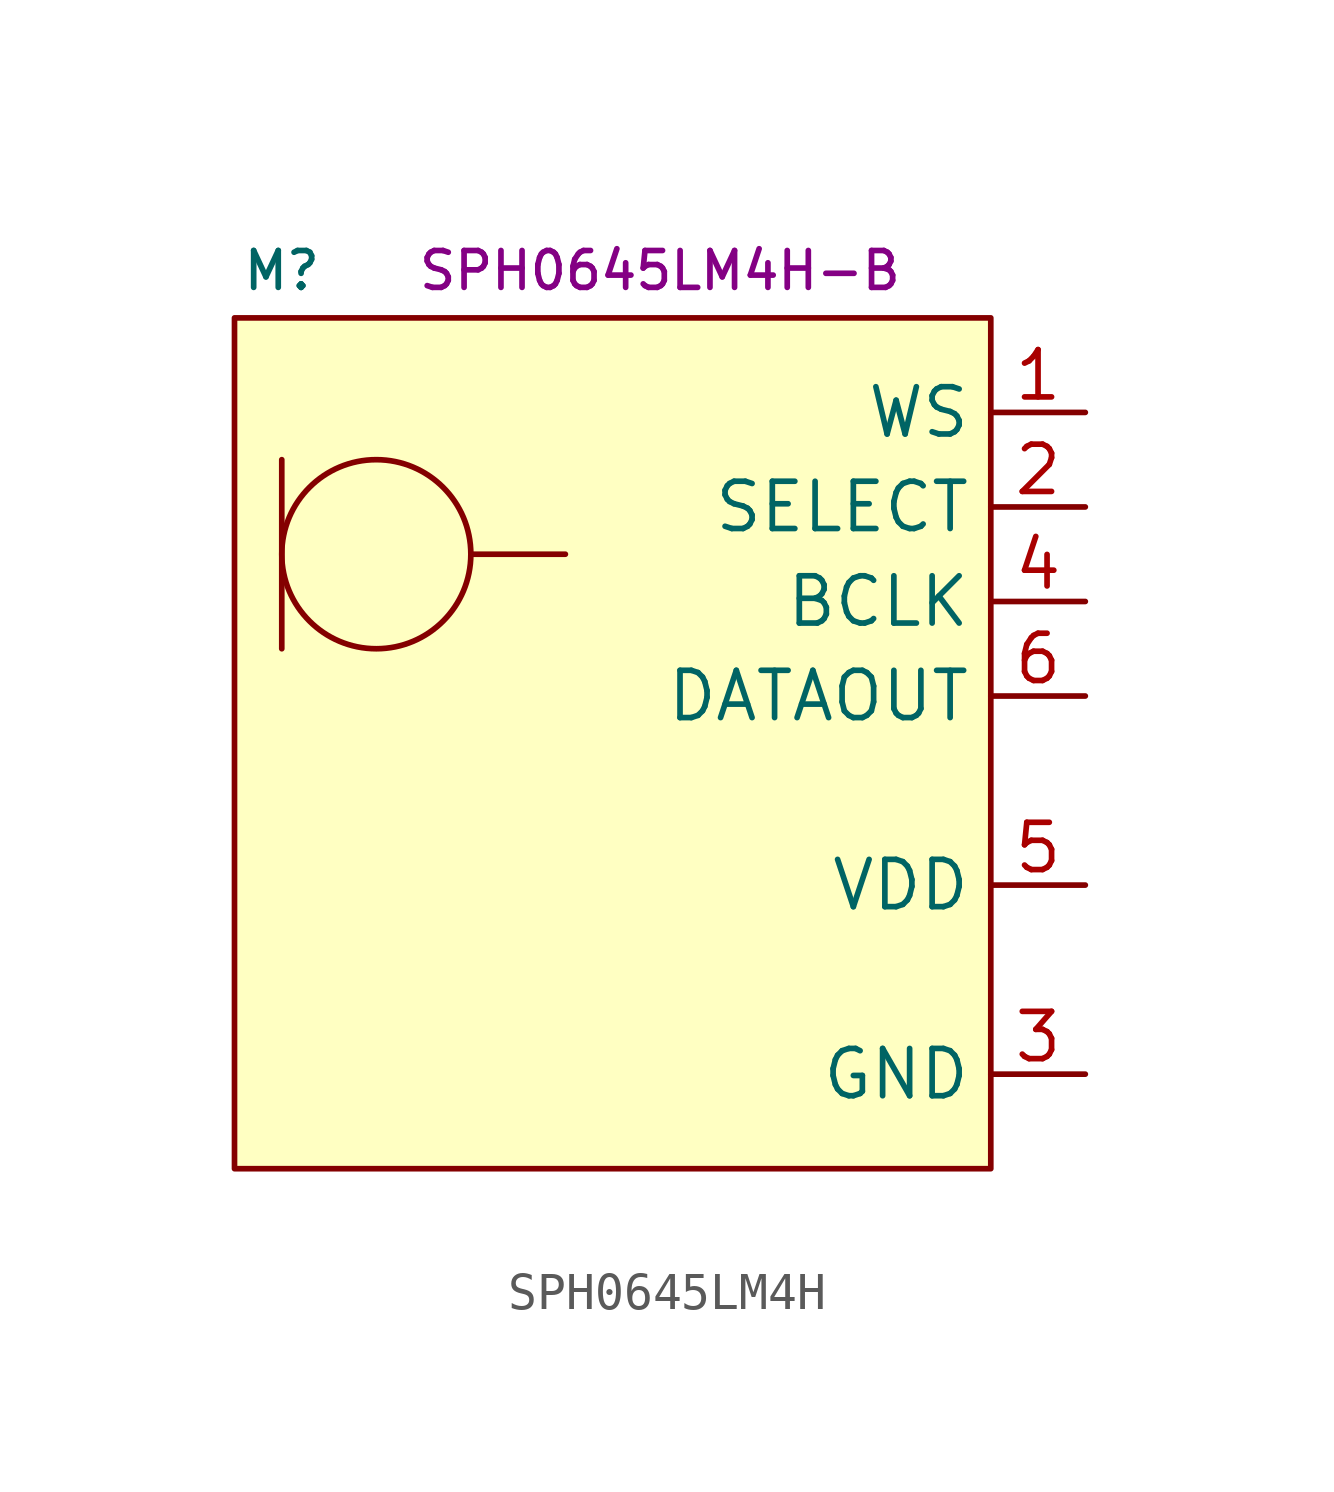
<source format=kicad_sym>
(kicad_symbol_lib
  (version 20231120)
  (generator "kicad_symbol_editor")
  (generator_version "8.0")
  (symbol "SPH0645LM4H"
    (property "Reference" "M"
      (at -8.89 7.62 0)
      (effects (font (size 0.991 0.991))))
    (property "MPN" "SPH0645LM4H-B"
      (at 1.27 7.62 0)
      (effects (font (size 0.991 0.991))))
    (symbol "SPH0645LM4H_0_1"
      (rectangle (start -10.16 6.35) (end 10.16 -16.51) (stroke (width 0) (type default)) (fill (type background)))
      (circle (center -6.35 0) (radius 2.54) (stroke (width 0) (type default)) (fill (type none)))
      (polyline (pts (xy -8.89 2.54) (xy -8.89 -2.54)) (stroke (width 0) (type default)) (fill (type none)))
      (polyline (pts (xy -3.81 0) (xy -1.27 0)) (stroke (width 0) (type default)) (fill (type none))))
    (symbol "SPH0645LM4H_1_1"
      (pin input line (at 12.7 3.81 180) (length 2.54) (name "WS" (effects (font (size 1.27 1.27)))) (number "1" (effects (font (size 1.27 1.27)))))
      (pin input line (at 12.7 1.27 180) (length 2.54) (name "SELECT" (effects (font (size 1.27 1.27)))) (number "2" (effects (font (size 1.27 1.27)))))
      (pin power_in line (at 12.7 -13.97 180) (length 2.54) (name "GND" (effects (font (size 1.27 1.27)))) (number "3" (effects (font (size 1.27 1.27)))))
      (pin input line (at 12.7 -1.27 180) (length 2.54) (name "BCLK" (effects (font (size 1.27 1.27)))) (number "4" (effects (font (size 1.27 1.27)))))
      (pin power_in line (at 12.7 -8.89 180) (length 2.54) (name "VDD" (effects (font (size 1.27 1.27)))) (number "5" (effects (font (size 1.27 1.27)))))
      (pin output line (at 12.7 -3.81 180) (length 2.54) (name "DATAOUT" (effects (font (size 1.27 1.27)))) (number "6" (effects (font (size 1.27 1.27))))))))
</source>
